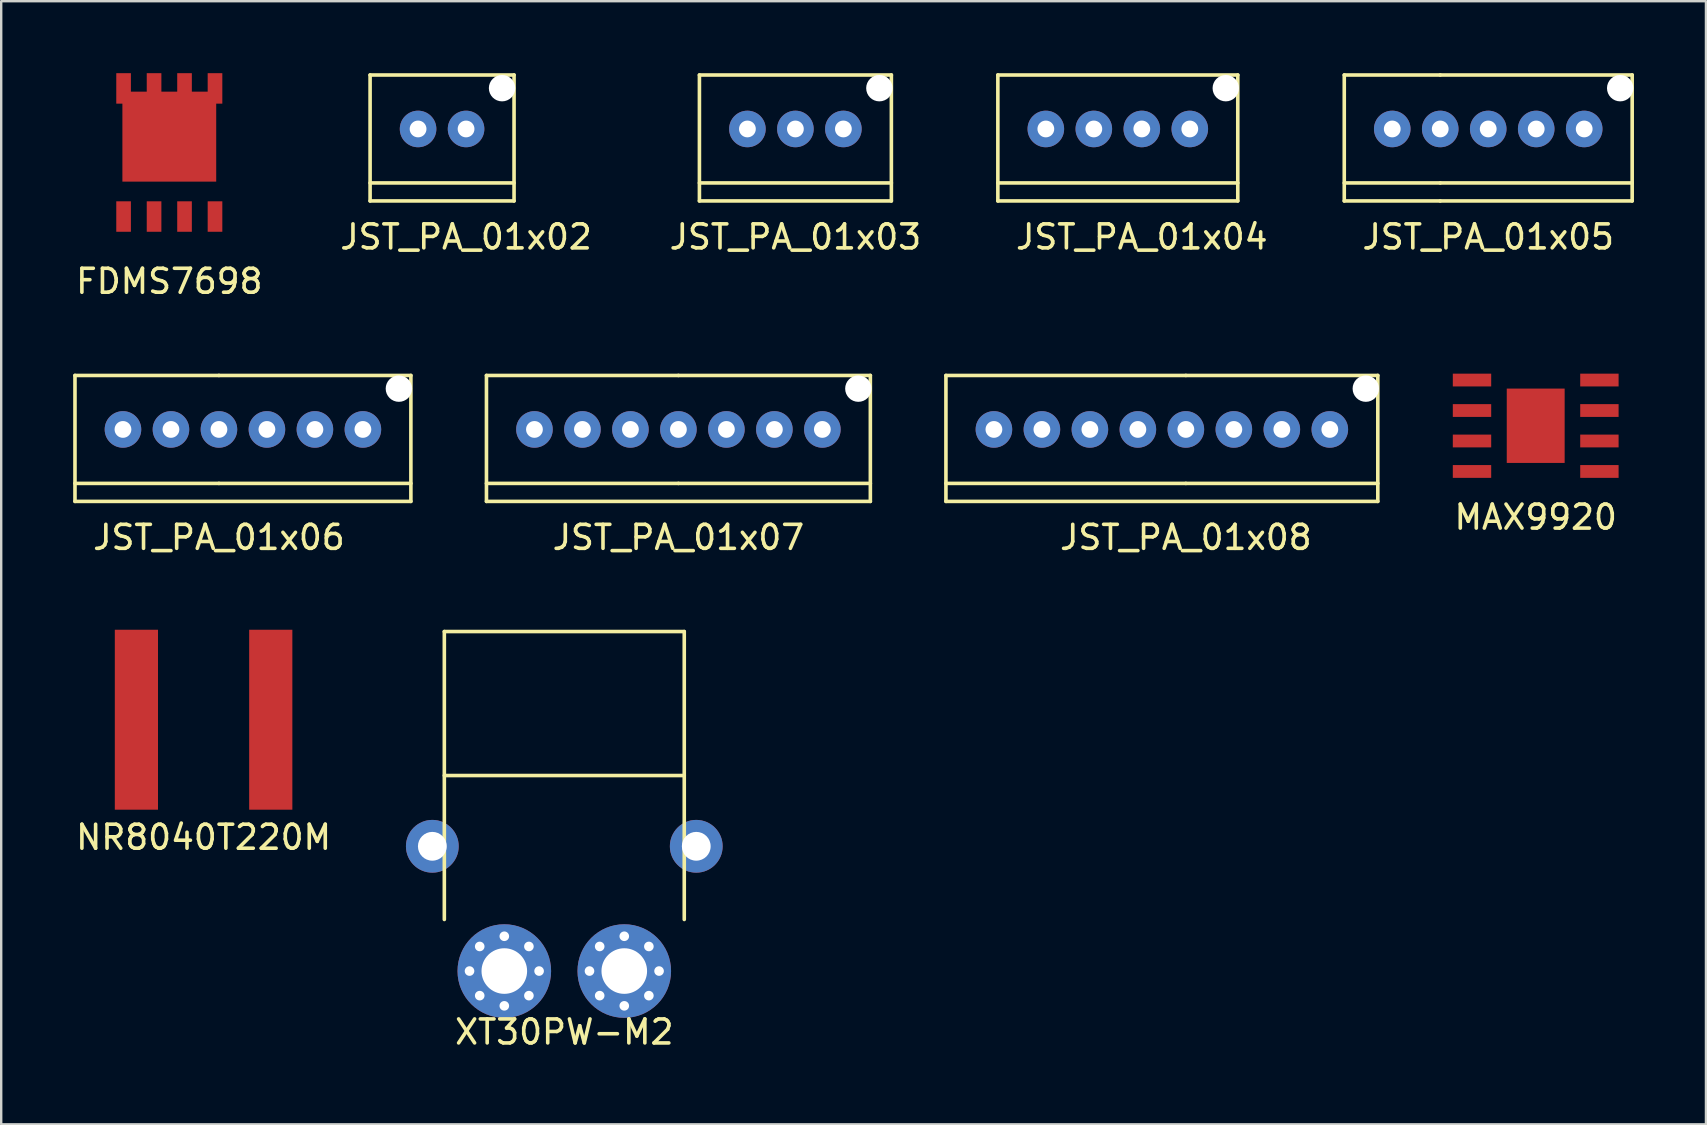
<source format=kicad_pcb>
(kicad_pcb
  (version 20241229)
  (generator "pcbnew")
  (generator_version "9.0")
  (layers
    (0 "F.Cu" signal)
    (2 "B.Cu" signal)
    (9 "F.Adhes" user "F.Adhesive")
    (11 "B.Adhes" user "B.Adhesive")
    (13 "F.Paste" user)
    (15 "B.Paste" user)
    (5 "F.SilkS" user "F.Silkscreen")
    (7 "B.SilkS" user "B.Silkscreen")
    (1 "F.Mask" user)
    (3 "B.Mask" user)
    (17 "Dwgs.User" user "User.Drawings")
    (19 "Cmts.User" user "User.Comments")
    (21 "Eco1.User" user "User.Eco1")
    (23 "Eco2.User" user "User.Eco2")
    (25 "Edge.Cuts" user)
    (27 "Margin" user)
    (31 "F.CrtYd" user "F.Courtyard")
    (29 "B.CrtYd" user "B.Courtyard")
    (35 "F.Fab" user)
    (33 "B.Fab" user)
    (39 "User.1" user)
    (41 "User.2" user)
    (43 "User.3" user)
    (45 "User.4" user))
  (footprint "NR8040T220M"
    (layer "F.Cu")
    (at 5.435 26.947)
    (property "Reference" "NR8040T220M" (at 0 4.9 0) (layer "F.SilkS") (effects (font (size 1 1) (thickness 0.15))))
    (attr through_hole)
    (pad "1" smd rect (at -2.8 0) (size 1.8 7.5) (layers "F.Cu" "F.Mask" "F.Paste"))
    (pad "2" smd rect (at 2.8 0) (size 1.8 7.5) (layers "F.Cu" "F.Mask" "F.Paste")))
  (footprint "FDMS7698"
    (layer "F.Cu")
    (at 4.006 2.645)
    (property "Reference" "FDMS7698" (at 0 6.03 0) (layer "F.SilkS") (effects (font (size 1 1) (thickness 0.15))))
    (attr through_hole)
    (pad "1" smd rect (at -1.905 -2.01) (size 0.61 1.27) (layers "F.Cu" "F.Mask" "F.Paste"))
    (pad "1" smd rect (at -0.635 -2.01) (size 0.61 1.27) (layers "F.Cu" "F.Mask" "F.Paste"))
    (pad "1" smd rect (at 0 0) (size 3.91 3.75) (layers "F.Cu" "F.Mask" "F.Paste"))
    (pad "1" smd rect (at 0.635 -2.01 180) (size 0.61 1.27) (layers "F.Cu" "F.Mask" "F.Paste"))
    (pad "1" smd rect (at 1.905 -2.01) (size 0.61 1.27) (layers "F.Cu" "F.Mask" "F.Paste"))
    (pad "2" smd rect (at 1.905 3.33) (size 0.61 1.27) (layers "F.Cu" "F.Mask" "F.Paste"))
    (pad "3" smd rect (at -1.905 3.33) (size 0.61 1.27) (layers "F.Cu" "F.Mask" "F.Paste"))
    (pad "3" smd rect (at -0.635 3.33) (size 0.61 1.27) (layers "F.Cu" "F.Mask" "F.Paste"))
    (pad "3" smd rect (at 0.635 3.33) (size 0.61 1.27) (layers "F.Cu" "F.Mask" "F.Paste")))
  (footprint "JST_PA_01x03"
    (layer "F.Cu")
    (at 30.101 2.325)
    (property "Reference" "JST_PA_01x03" (at 0 4.5 0) (layer "F.SilkS") (effects (font (size 1 1) (thickness 0.15))))
    (attr through_hole)
    (fp_line (start -4 -2.25) (end -4 3) (stroke (width 0.15) (type solid)) (layer "F.SilkS"))
    (fp_line (start -4 3) (end 4 3) (stroke (width 0.15) (type solid)) (layer "F.SilkS"))
    (fp_line (start 4 -2.25) (end -4 -2.25) (stroke (width 0.15) (type solid)) (layer "F.SilkS"))
    (fp_line (start 4 -2.25) (end 4 3) (stroke (width 0.15) (type solid)) (layer "F.SilkS"))
    (fp_line (start 4 2.25) (end -4 2.25) (stroke (width 0.15) (type solid)) (layer "F.SilkS"))
    (pad "" np_thru_hole circle (at 3.5 -1.7) (size 1.1 1.1) (drill 1.1) (layers "*.Cu" "*.Mask"))
    (pad "1" thru_hole circle (at -2 0) (size 1.524 1.524) (drill 0.7) (layers "*.Cu" "*.Mask"))
    (pad "2" thru_hole circle (at 0 0) (size 1.524 1.524) (drill 0.7) (layers "*.Cu" "*.Mask"))
    (pad "3" thru_hole circle (at 2 0) (size 1.524 1.524) (drill 0.7) (layers "*.Cu" "*.Mask")))
  (footprint "JST_PA_01x05"
    (layer "F.Cu")
    (at 58.977 2.325)
    (property "Reference" "JST_PA_01x05" (at 0 4.5 0) (layer "F.SilkS") (effects (font (size 1 1) (thickness 0.15))))
    (attr through_hole)
    (fp_line (start -6 -2.25) (end -6 3) (stroke (width 0.15) (type solid)) (layer "F.SilkS"))
    (fp_line (start -2 -2.25) (end -6 -2.25) (stroke (width 0.15) (type solid)) (layer "F.SilkS"))
    (fp_line (start -2 2.25) (end -6 2.25) (stroke (width 0.15) (type solid)) (layer "F.SilkS"))
    (fp_line (start -2 3) (end -6 3) (stroke (width 0.15) (type solid)) (layer "F.SilkS"))
    (fp_line (start -2 3) (end 6 3) (stroke (width 0.15) (type solid)) (layer "F.SilkS"))
    (fp_line (start 6 -2.25) (end -2 -2.25) (stroke (width 0.15) (type solid)) (layer "F.SilkS"))
    (fp_line (start 6 -2.25) (end 6 3) (stroke (width 0.15) (type solid)) (layer "F.SilkS"))
    (fp_line (start 6 2.25) (end -2 2.25) (stroke (width 0.15) (type solid)) (layer "F.SilkS"))
    (pad "" np_thru_hole circle (at 5.5 -1.7) (size 1.1 1.1) (drill 1.1) (layers "*.Cu" "*.Mask"))
    (pad "1" thru_hole circle (at -4 0) (size 1.524 1.524) (drill 0.7) (layers "*.Cu" "*.Mask"))
    (pad "2" thru_hole circle (at -2 0) (size 1.524 1.524) (drill 0.7) (layers "*.Cu" "*.Mask"))
    (pad "3" thru_hole circle (at 0 0) (size 1.524 1.524) (drill 0.7) (layers "*.Cu" "*.Mask"))
    (pad "4" thru_hole circle (at 2 0) (size 1.524 1.524) (drill 0.7) (layers "*.Cu" "*.Mask"))
    (pad "5" thru_hole circle (at 4 0) (size 1.524 1.524) (drill 0.7) (layers "*.Cu" "*.Mask")))
  (footprint "JST_PA_01x06"
    (layer "F.Cu")
    (at 6.075 14.848)
    (property "Reference" "JST_PA_01x06" (at 0 4.5 0) (layer "F.SilkS") (effects (font (size 1 1) (thickness 0.15))))
    (attr through_hole)
    (fp_line (start -6 -2.25) (end -6 3) (stroke (width 0.15) (type solid)) (layer "F.SilkS"))
    (fp_line (start -6 3) (end 8 3) (stroke (width 0.15) (type solid)) (layer "F.SilkS"))
    (fp_line (start 0 -2.25) (end -6 -2.25) (stroke (width 0.15) (type solid)) (layer "F.SilkS"))
    (fp_line (start 0 2.25) (end -6 2.25) (stroke (width 0.15) (type solid)) (layer "F.SilkS"))
    (fp_line (start 8 -2.25) (end 0 -2.25) (stroke (width 0.15) (type solid)) (layer "F.SilkS"))
    (fp_line (start 8 -2.25) (end 8 3) (stroke (width 0.15) (type solid)) (layer "F.SilkS"))
    (fp_line (start 8 2.25) (end 0 2.25) (stroke (width 0.15) (type solid)) (layer "F.SilkS"))
    (pad "" np_thru_hole circle (at 7.5 -1.7) (size 1.1 1.1) (drill 1.1) (layers "*.Cu" "*.Mask"))
    (pad "1" thru_hole circle (at -4 0) (size 1.524 1.524) (drill 0.7) (layers "*.Cu" "*.Mask"))
    (pad "2" thru_hole circle (at -2 0) (size 1.524 1.524) (drill 0.7) (layers "*.Cu" "*.Mask"))
    (pad "3" thru_hole circle (at 0 0) (size 1.524 1.524) (drill 0.7) (layers "*.Cu" "*.Mask"))
    (pad "4" thru_hole circle (at 2 0) (size 1.524 1.524) (drill 0.7) (layers "*.Cu" "*.Mask"))
    (pad "5" thru_hole circle (at 4 0) (size 1.524 1.524) (drill 0.7) (layers "*.Cu" "*.Mask"))
    (pad "6" thru_hole circle (at 6 0) (size 1.524 1.524) (drill 0.7) (layers "*.Cu" "*.Mask")))
  (footprint "JST_PA_01x02"
    (layer "F.Cu")
    (at 16.375 2.325)
    (property "Reference" "JST_PA_01x02" (at 0 4.5 0) (layer "F.SilkS") (effects (font (size 1 1) (thickness 0.15))))
    (attr through_hole)
    (fp_line (start -4 -2.25) (end -4 3) (stroke (width 0.15) (type solid)) (layer "F.SilkS"))
    (fp_line (start -4 3) (end 2 3) (stroke (width 0.15) (type solid)) (layer "F.SilkS"))
    (fp_line (start 2 -2.25) (end -4 -2.25) (stroke (width 0.15) (type solid)) (layer "F.SilkS"))
    (fp_line (start 2 -2.25) (end 2 3) (stroke (width 0.15) (type solid)) (layer "F.SilkS"))
    (fp_line (start 2 2.25) (end -4 2.25) (stroke (width 0.15) (type solid)) (layer "F.SilkS"))
    (pad "" np_thru_hole circle (at 1.5 -1.7) (size 1.1 1.1) (drill 1.1) (layers "*.Cu" "*.Mask"))
    (pad "1" thru_hole circle (at -2 0) (size 1.524 1.524) (drill 0.7) (layers "*.Cu" "*.Mask"))
    (pad "2" thru_hole circle (at 0 0) (size 1.524 1.524) (drill 0.7) (layers "*.Cu" "*.Mask")))
  (footprint "JST_PA_01x04"
    (layer "F.Cu")
    (at 44.539 2.325)
    (property "Reference" "JST_PA_01x04" (at 0 4.5 0) (layer "F.SilkS") (effects (font (size 1 1) (thickness 0.15))))
    (attr through_hole)
    (fp_line (start -6 -2.25) (end -6 3) (stroke (width 0.15) (type solid)) (layer "F.SilkS"))
    (fp_line (start -6 3) (end 4 3) (stroke (width 0.15) (type solid)) (layer "F.SilkS"))
    (fp_line (start 4 -2.25) (end -6 -2.25) (stroke (width 0.15) (type solid)) (layer "F.SilkS"))
    (fp_line (start 4 -2.25) (end 4 3) (stroke (width 0.15) (type solid)) (layer "F.SilkS"))
    (fp_line (start 4 2.25) (end -6 2.25) (stroke (width 0.15) (type solid)) (layer "F.SilkS"))
    (pad "" np_thru_hole circle (at 3.5 -1.7) (size 1.1 1.1) (drill 1.1) (layers "*.Cu" "*.Mask"))
    (pad "1" thru_hole circle (at -4 0) (size 1.524 1.524) (drill 0.7) (layers "*.Cu" "*.Mask"))
    (pad "2" thru_hole circle (at -2 0) (size 1.524 1.524) (drill 0.7) (layers "*.Cu" "*.Mask"))
    (pad "3" thru_hole circle (at 0 0) (size 1.524 1.524) (drill 0.7) (layers "*.Cu" "*.Mask"))
    (pad "4" thru_hole circle (at 2 0) (size 1.524 1.524) (drill 0.7) (layers "*.Cu" "*.Mask")))
  (footprint "XT30PW-M2"
    (layer "F.Cu")
    (at 20.469 37.422)
    (property "Reference" "XT30PW-M2" (at 0 2.54 0) (layer "F.SilkS") (effects (font (size 1 1) (thickness 0.15))))
    (attr through_hole)
    (fp_line (start -5 -14.15) (end -5 -2.15) (stroke (width 0.15) (type solid)) (layer "F.SilkS"))
    (fp_line (start -5 -14.15) (end 5 -14.15) (stroke (width 0.15) (type solid)) (layer "F.SilkS"))
    (fp_line (start -5 -8.15) (end 5 -8.15) (stroke (width 0.15) (type solid)) (layer "F.SilkS"))
    (fp_line (start 5 -2.15) (end 5 -14.15) (stroke (width 0.15) (type solid)) (layer "F.SilkS"))
    (pad "" thru_hole circle (at -5.5 -5.2) (size 2.2 2.2) (drill 1.2) (layers "*.Cu" "*.Mask"))
    (pad "" thru_hole circle (at 5.5 -5.2) (size 2.2 2.2) (drill 1.2) (layers "*.Cu" "*.Mask"))
    (pad "1" thru_hole circle (at 1.05 0) (size 0.6 0.6) (drill 0.4) (layers "*.Cu" "*.Mask"))
    (pad "1" thru_hole circle (at 1.475 -1.025) (size 0.6 0.6) (drill 0.4) (layers "*.Cu" "*.Mask"))
    (pad "1" thru_hole circle (at 1.475 1.025) (size 0.6 0.6) (drill 0.4) (layers "*.Cu" "*.Mask"))
    (pad "1" thru_hole circle (at 2.5 -1.45) (size 0.6 0.6) (drill 0.4) (layers "*.Cu" "*.Mask"))
    (pad "1" thru_hole circle (at 2.5 0) (size 3.9 3.9) (drill 1.9) (layers "*.Cu" "*.Mask"))
    (pad "1" thru_hole circle (at 2.5 1.45) (size 0.6 0.6) (drill 0.4) (layers "*.Cu" "*.Mask"))
    (pad "1" thru_hole circle (at 3.525 -1.025) (size 0.6 0.6) (drill 0.4) (layers "*.Cu" "*.Mask"))
    (pad "1" thru_hole circle (at 3.525 1.025) (size 0.6 0.6) (drill 0.4) (layers "*.Cu" "*.Mask"))
    (pad "1" thru_hole circle (at 3.95 0) (size 0.6 0.6) (drill 0.4) (layers "*.Cu" "*.Mask"))
    (pad "2" thru_hole circle (at -3.95 0) (size 0.6 0.6) (drill 0.4) (layers "*.Cu" "*.Mask"))
    (pad "2" thru_hole circle (at -3.525 -1.025) (size 0.6 0.6) (drill 0.4) (layers "*.Cu" "*.Mask"))
    (pad "2" thru_hole circle (at -3.525 1.025) (size 0.6 0.6) (drill 0.4) (layers "*.Cu" "*.Mask"))
    (pad "2" thru_hole circle (at -2.5 -1.45) (size 0.6 0.6) (drill 0.4) (layers "*.Cu" "*.Mask"))
    (pad "2" thru_hole circle (at -2.5 0) (size 3.9 3.9) (drill 1.9) (layers "*.Cu" "*.Mask"))
    (pad "2" thru_hole circle (at -2.5 1.45) (size 0.6 0.6) (drill 0.4) (layers "*.Cu" "*.Mask"))
    (pad "2" thru_hole circle (at -1.475 -1.025) (size 0.6 0.6) (drill 0.4) (layers "*.Cu" "*.Mask"))
    (pad "2" thru_hole circle (at -1.475 1.025) (size 0.6 0.6) (drill 0.4) (layers "*.Cu" "*.Mask"))
    (pad "2" thru_hole circle (at -1.05 0) (size 0.6 0.6) (drill 0.4) (layers "*.Cu" "*.Mask")))
  (footprint "JST_PA_01x08"
    (layer "F.Cu")
    (at 46.375 14.848)
    (property "Reference" "JST_PA_01x08" (at 0 4.5 0) (layer "F.SilkS") (effects (font (size 1 1) (thickness 0.15))))
    (attr through_hole)
    (fp_line (start -10 -2.25) (end -10 3) (stroke (width 0.15) (type solid)) (layer "F.SilkS"))
    (fp_line (start -10 3) (end 8 3) (stroke (width 0.15) (type solid)) (layer "F.SilkS"))
    (fp_line (start 0 -2.25) (end -10 -2.25) (stroke (width 0.15) (type solid)) (layer "F.SilkS"))
    (fp_line (start 0 2.25) (end -10 2.25) (stroke (width 0.15) (type solid)) (layer "F.SilkS"))
    (fp_line (start 8 -2.25) (end 0 -2.25) (stroke (width 0.15) (type solid)) (layer "F.SilkS"))
    (fp_line (start 8 -2.25) (end 8 3) (stroke (width 0.15) (type solid)) (layer "F.SilkS"))
    (fp_line (start 8 2.25) (end 0 2.25) (stroke (width 0.15) (type solid)) (layer "F.SilkS"))
    (pad "" np_thru_hole circle (at 7.5 -1.7) (size 1.1 1.1) (drill 1.1) (layers "*.Cu" "*.Mask"))
    (pad "1" thru_hole circle (at -8 0) (size 1.524 1.524) (drill 0.7) (layers "*.Cu" "*.Mask"))
    (pad "2" thru_hole circle (at -6 0) (size 1.524 1.524) (drill 0.7) (layers "*.Cu" "*.Mask"))
    (pad "3" thru_hole circle (at -4 0) (size 1.524 1.524) (drill 0.7) (layers "*.Cu" "*.Mask"))
    (pad "4" thru_hole circle (at -2 0) (size 1.524 1.524) (drill 0.7) (layers "*.Cu" "*.Mask"))
    (pad "5" thru_hole circle (at 0 0) (size 1.524 1.524) (drill 0.7) (layers "*.Cu" "*.Mask"))
    (pad "6" thru_hole circle (at 2 0) (size 1.524 1.524) (drill 0.7) (layers "*.Cu" "*.Mask"))
    (pad "7" thru_hole circle (at 4 0) (size 1.524 1.524) (drill 0.7) (layers "*.Cu" "*.Mask"))
    (pad "8" thru_hole circle (at 6 0) (size 1.524 1.524) (drill 0.7) (layers "*.Cu" "*.Mask")))
  (footprint "JST_PA_01x07"
    (layer "F.Cu")
    (at 25.225 14.848)
    (property "Reference" "JST_PA_01x07" (at 0 4.5 0) (layer "F.SilkS") (effects (font (size 1 1) (thickness 0.15))))
    (attr through_hole)
    (fp_line (start -8 -2.25) (end -8 3) (stroke (width 0.15) (type solid)) (layer "F.SilkS"))
    (fp_line (start -8 3) (end 8 3) (stroke (width 0.15) (type solid)) (layer "F.SilkS"))
    (fp_line (start 0 -2.25) (end -8 -2.25) (stroke (width 0.15) (type solid)) (layer "F.SilkS"))
    (fp_line (start 0 2.25) (end -8 2.25) (stroke (width 0.15) (type solid)) (layer "F.SilkS"))
    (fp_line (start 8 -2.25) (end 0 -2.25) (stroke (width 0.15) (type solid)) (layer "F.SilkS"))
    (fp_line (start 8 -2.25) (end 8 3) (stroke (width 0.15) (type solid)) (layer "F.SilkS"))
    (fp_line (start 8 2.25) (end 0 2.25) (stroke (width 0.15) (type solid)) (layer "F.SilkS"))
    (pad "" np_thru_hole circle (at 7.5 -1.7) (size 1.1 1.1) (drill 1.1) (layers "*.Cu" "*.Mask"))
    (pad "1" thru_hole circle (at -6 0) (size 1.524 1.524) (drill 0.7) (layers "*.Cu" "*.Mask"))
    (pad "2" thru_hole circle (at -4 0) (size 1.524 1.524) (drill 0.7) (layers "*.Cu" "*.Mask"))
    (pad "3" thru_hole circle (at -2 0) (size 1.524 1.524) (drill 0.7) (layers "*.Cu" "*.Mask"))
    (pad "4" thru_hole circle (at 0 0) (size 1.524 1.524) (drill 0.7) (layers "*.Cu" "*.Mask"))
    (pad "5" thru_hole circle (at 2 0) (size 1.524 1.524) (drill 0.7) (layers "*.Cu" "*.Mask"))
    (pad "6" thru_hole circle (at 4 0) (size 1.524 1.524) (drill 0.7) (layers "*.Cu" "*.Mask"))
    (pad "7" thru_hole circle (at 6 0) (size 1.524 1.524) (drill 0.7) (layers "*.Cu" "*.Mask")))
  (footprint "MAX9920"
    (layer "F.Cu")
    (at 60.956 14.695)
    (property "Reference" "MAX9920" (at 0 3.81 0) (layer "F.SilkS") (effects (font (size 1 1) (thickness 0.15))))
    (attr through_hole)
    (pad "1" smd rect (at -2.655 -1.905) (size 1.6 0.533) (layers "F.Cu" "F.Mask" "F.Paste"))
    (pad "2" smd rect (at -2.655 -0.635) (size 1.6 0.533) (layers "F.Cu" "F.Mask" "F.Paste"))
    (pad "3" smd rect (at -2.655 0.635) (size 1.6 0.533) (layers "F.Cu" "F.Mask" "F.Paste"))
    (pad "4" smd rect (at -2.655 1.905) (size 1.6 0.533) (layers "F.Cu" "F.Mask" "F.Paste"))
    (pad "4" smd rect (at 0 0) (size 2.413 3.099) (layers "F.Cu" "F.Mask" "F.Paste"))
    (pad "5" smd rect (at 2.655 1.905) (size 1.6 0.533) (layers "F.Cu" "F.Mask" "F.Paste"))
    (pad "6" smd rect (at 2.655 0.635) (size 1.6 0.533) (layers "F.Cu" "F.Mask" "F.Paste"))
    (pad "7" smd rect (at 2.655 -0.635) (size 1.6 0.533) (layers "F.Cu" "F.Mask" "F.Paste"))
    (pad "8" smd rect (at 2.655 -1.905) (size 1.6 0.533) (layers "F.Cu" "F.Mask" "F.Paste")))
  (gr_rect
    (start -3 -3)
    (end 68.052 43.81)
    (stroke (width 0.1) (type default))
    (fill no)
    (layer "Edge.Cuts")))
</source>
